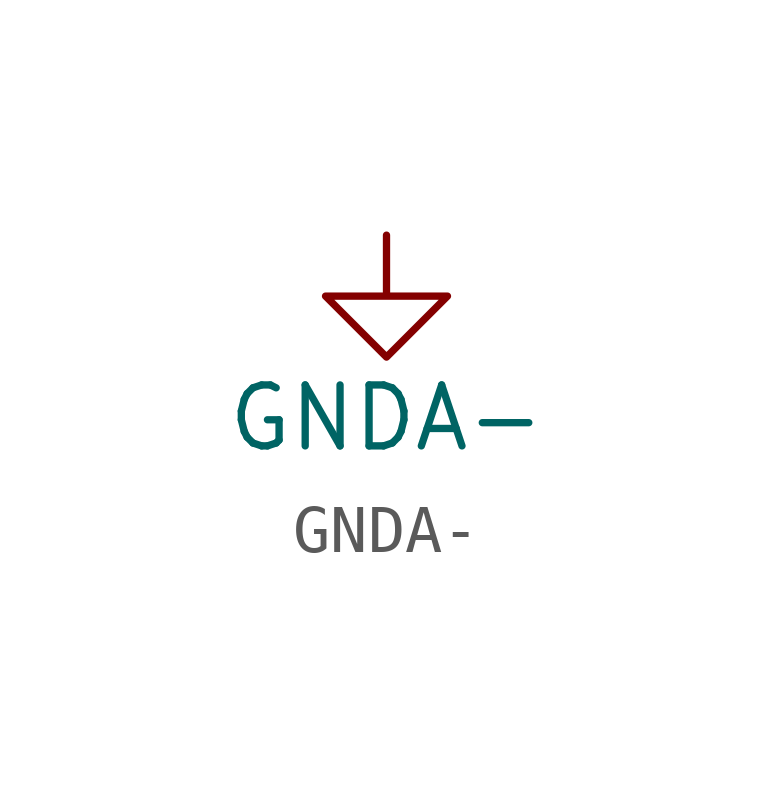
<source format=kicad_sym>
(kicad_symbol_lib
  (version 20231120)
  (generator "kicad_symbol_editor")
  (generator_version "8.0")
  (symbol "GNDA-"
    (power)
    (pin_names
      (offset 0))
    (property "Reference" "#PWR"
      (at 0 -6.35 0)
      (effects (font (size 1.27 1.27)) (hide yes)))
    (property "Value" "GNDA-"
      (at 0 -3.81 0)
      (effects (font (size 1.27 1.27))))
    (symbol "GNDA-_0_1"
      (polyline (pts (xy 0 0) (xy 0 -1.27) (xy 1.27 -1.27) (xy 0 -2.54) (xy -1.27 -1.27) (xy 0 -1.27)) (stroke (width 0) (type solid)) (fill (type none))))
    (symbol "GNDA-_1_1"
      (pin power_in line (at 0 0 270) (length 0) hide (name "GNDA" (effects (font (size 1.27 1.27)))) (number "1" (effects (font (size 1.27 1.27))))))))
</source>
